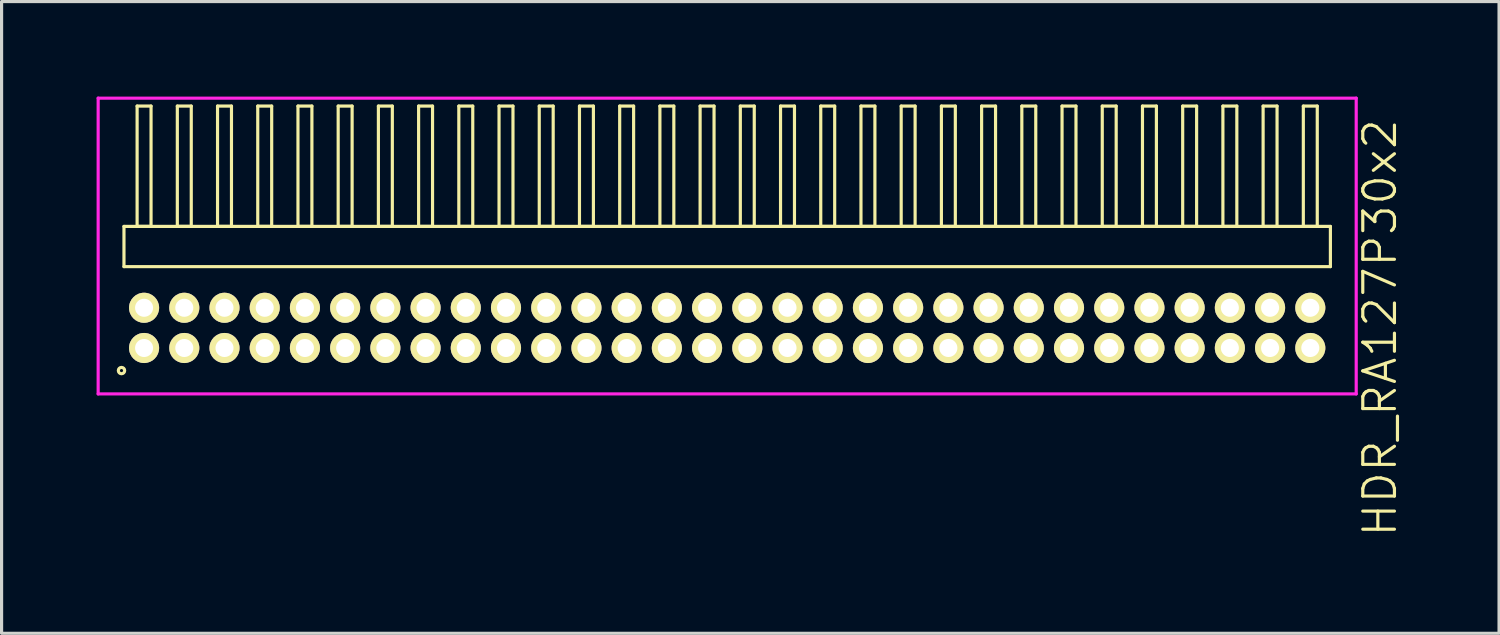
<source format=kicad_pcb>
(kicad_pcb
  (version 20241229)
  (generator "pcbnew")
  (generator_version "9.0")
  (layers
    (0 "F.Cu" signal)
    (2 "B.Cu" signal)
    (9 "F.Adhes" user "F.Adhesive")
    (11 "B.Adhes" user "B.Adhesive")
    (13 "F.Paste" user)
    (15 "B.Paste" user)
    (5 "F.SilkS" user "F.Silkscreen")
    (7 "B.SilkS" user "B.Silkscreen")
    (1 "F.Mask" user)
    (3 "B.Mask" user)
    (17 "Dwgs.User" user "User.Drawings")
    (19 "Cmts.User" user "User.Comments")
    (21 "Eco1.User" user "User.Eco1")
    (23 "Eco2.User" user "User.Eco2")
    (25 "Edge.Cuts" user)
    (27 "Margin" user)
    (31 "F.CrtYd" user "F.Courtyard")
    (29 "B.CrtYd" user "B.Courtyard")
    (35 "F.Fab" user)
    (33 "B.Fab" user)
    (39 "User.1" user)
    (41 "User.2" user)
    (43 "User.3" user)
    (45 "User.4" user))
  (footprint "HDR_RA127P30x2"
    (layer "F.Cu")
    (at 19.915 7.305)
    (property "Reference" "HDR_RA127P30x2" (at 20.615 0 90) (layer "F.SilkS") (effects (font (size 1 1) (thickness 0.1))))
    (attr through_hole)
    (fp_line (start -19.05 -3.205) (end -19.05 -1.935) (stroke (width 0.1) (type solid)) (layer "F.SilkS"))
    (fp_line (start -19.05 -1.935) (end 19.05 -1.935) (stroke (width 0.1) (type solid)) (layer "F.SilkS"))
    (fp_line (start -18.635 -7.005) (end -18.635 -3.205) (stroke (width 0.1) (type solid)) (layer "F.SilkS"))
    (fp_line (start -18.635 -3.205) (end -18.195 -3.205) (stroke (width 0.1) (type solid)) (layer "F.SilkS"))
    (fp_line (start -18.195 -7.005) (end -18.635 -7.005) (stroke (width 0.1) (type solid)) (layer "F.SilkS"))
    (fp_line (start -18.195 -3.205) (end -18.195 -7.005) (stroke (width 0.1) (type solid)) (layer "F.SilkS"))
    (fp_line (start -17.365 -7.005) (end -17.365 -3.205) (stroke (width 0.1) (type solid)) (layer "F.SilkS"))
    (fp_line (start -17.365 -3.205) (end -16.925 -3.205) (stroke (width 0.1) (type solid)) (layer "F.SilkS"))
    (fp_line (start -16.925 -7.005) (end -17.365 -7.005) (stroke (width 0.1) (type solid)) (layer "F.SilkS"))
    (fp_line (start -16.925 -3.205) (end -16.925 -7.005) (stroke (width 0.1) (type solid)) (layer "F.SilkS"))
    (fp_line (start -16.095 -7.005) (end -16.095 -3.205) (stroke (width 0.1) (type solid)) (layer "F.SilkS"))
    (fp_line (start -16.095 -3.205) (end -15.655 -3.205) (stroke (width 0.1) (type solid)) (layer "F.SilkS"))
    (fp_line (start -15.655 -7.005) (end -16.095 -7.005) (stroke (width 0.1) (type solid)) (layer "F.SilkS"))
    (fp_line (start -15.655 -3.205) (end -15.655 -7.005) (stroke (width 0.1) (type solid)) (layer "F.SilkS"))
    (fp_line (start -14.825 -7.005) (end -14.825 -3.205) (stroke (width 0.1) (type solid)) (layer "F.SilkS"))
    (fp_line (start -14.825 -3.205) (end -14.385 -3.205) (stroke (width 0.1) (type solid)) (layer "F.SilkS"))
    (fp_line (start -14.385 -7.005) (end -14.825 -7.005) (stroke (width 0.1) (type solid)) (layer "F.SilkS"))
    (fp_line (start -14.385 -3.205) (end -14.385 -7.005) (stroke (width 0.1) (type solid)) (layer "F.SilkS"))
    (fp_line (start -13.555 -7.005) (end -13.555 -3.205) (stroke (width 0.1) (type solid)) (layer "F.SilkS"))
    (fp_line (start -13.555 -3.205) (end -13.115 -3.205) (stroke (width 0.1) (type solid)) (layer "F.SilkS"))
    (fp_line (start -13.115 -7.005) (end -13.555 -7.005) (stroke (width 0.1) (type solid)) (layer "F.SilkS"))
    (fp_line (start -13.115 -3.205) (end -13.115 -7.005) (stroke (width 0.1) (type solid)) (layer "F.SilkS"))
    (fp_line (start -12.285 -7.005) (end -12.285 -3.205) (stroke (width 0.1) (type solid)) (layer "F.SilkS"))
    (fp_line (start -12.285 -3.205) (end -11.845 -3.205) (stroke (width 0.1) (type solid)) (layer "F.SilkS"))
    (fp_line (start -11.845 -7.005) (end -12.285 -7.005) (stroke (width 0.1) (type solid)) (layer "F.SilkS"))
    (fp_line (start -11.845 -3.205) (end -11.845 -7.005) (stroke (width 0.1) (type solid)) (layer "F.SilkS"))
    (fp_line (start -11.015 -7.005) (end -11.015 -3.205) (stroke (width 0.1) (type solid)) (layer "F.SilkS"))
    (fp_line (start -11.015 -3.205) (end -10.575 -3.205) (stroke (width 0.1) (type solid)) (layer "F.SilkS"))
    (fp_line (start -10.575 -7.005) (end -11.015 -7.005) (stroke (width 0.1) (type solid)) (layer "F.SilkS"))
    (fp_line (start -10.575 -3.205) (end -10.575 -7.005) (stroke (width 0.1) (type solid)) (layer "F.SilkS"))
    (fp_line (start -9.745 -7.005) (end -9.745 -3.205) (stroke (width 0.1) (type solid)) (layer "F.SilkS"))
    (fp_line (start -9.745 -3.205) (end -9.305 -3.205) (stroke (width 0.1) (type solid)) (layer "F.SilkS"))
    (fp_line (start -9.305 -7.005) (end -9.745 -7.005) (stroke (width 0.1) (type solid)) (layer "F.SilkS"))
    (fp_line (start -9.305 -3.205) (end -9.305 -7.005) (stroke (width 0.1) (type solid)) (layer "F.SilkS"))
    (fp_line (start -8.475 -7.005) (end -8.475 -3.205) (stroke (width 0.1) (type solid)) (layer "F.SilkS"))
    (fp_line (start -8.475 -3.205) (end -8.035 -3.205) (stroke (width 0.1) (type solid)) (layer "F.SilkS"))
    (fp_line (start -8.035 -7.005) (end -8.475 -7.005) (stroke (width 0.1) (type solid)) (layer "F.SilkS"))
    (fp_line (start -8.035 -3.205) (end -8.035 -7.005) (stroke (width 0.1) (type solid)) (layer "F.SilkS"))
    (fp_line (start -7.205 -7.005) (end -7.205 -3.205) (stroke (width 0.1) (type solid)) (layer "F.SilkS"))
    (fp_line (start -7.205 -3.205) (end -6.765 -3.205) (stroke (width 0.1) (type solid)) (layer "F.SilkS"))
    (fp_line (start -6.765 -7.005) (end -7.205 -7.005) (stroke (width 0.1) (type solid)) (layer "F.SilkS"))
    (fp_line (start -6.765 -3.205) (end -6.765 -7.005) (stroke (width 0.1) (type solid)) (layer "F.SilkS"))
    (fp_line (start -5.935 -7.005) (end -5.935 -3.205) (stroke (width 0.1) (type solid)) (layer "F.SilkS"))
    (fp_line (start -5.935 -3.205) (end -5.495 -3.205) (stroke (width 0.1) (type solid)) (layer "F.SilkS"))
    (fp_line (start -5.495 -7.005) (end -5.935 -7.005) (stroke (width 0.1) (type solid)) (layer "F.SilkS"))
    (fp_line (start -5.495 -3.205) (end -5.495 -7.005) (stroke (width 0.1) (type solid)) (layer "F.SilkS"))
    (fp_line (start -4.665 -7.005) (end -4.665 -3.205) (stroke (width 0.1) (type solid)) (layer "F.SilkS"))
    (fp_line (start -4.665 -3.205) (end -4.225 -3.205) (stroke (width 0.1) (type solid)) (layer "F.SilkS"))
    (fp_line (start -4.225 -7.005) (end -4.665 -7.005) (stroke (width 0.1) (type solid)) (layer "F.SilkS"))
    (fp_line (start -4.225 -3.205) (end -4.225 -7.005) (stroke (width 0.1) (type solid)) (layer "F.SilkS"))
    (fp_line (start -3.395 -7.005) (end -3.395 -3.205) (stroke (width 0.1) (type solid)) (layer "F.SilkS"))
    (fp_line (start -3.395 -3.205) (end -2.955 -3.205) (stroke (width 0.1) (type solid)) (layer "F.SilkS"))
    (fp_line (start -2.955 -7.005) (end -3.395 -7.005) (stroke (width 0.1) (type solid)) (layer "F.SilkS"))
    (fp_line (start -2.955 -3.205) (end -2.955 -7.005) (stroke (width 0.1) (type solid)) (layer "F.SilkS"))
    (fp_line (start -2.125 -7.005) (end -2.125 -3.205) (stroke (width 0.1) (type solid)) (layer "F.SilkS"))
    (fp_line (start -2.125 -3.205) (end -1.685 -3.205) (stroke (width 0.1) (type solid)) (layer "F.SilkS"))
    (fp_line (start -1.685 -7.005) (end -2.125 -7.005) (stroke (width 0.1) (type solid)) (layer "F.SilkS"))
    (fp_line (start -1.685 -3.205) (end -1.685 -7.005) (stroke (width 0.1) (type solid)) (layer "F.SilkS"))
    (fp_line (start -0.855 -7.005) (end -0.855 -3.205) (stroke (width 0.1) (type solid)) (layer "F.SilkS"))
    (fp_line (start -0.855 -3.205) (end -0.415 -3.205) (stroke (width 0.1) (type solid)) (layer "F.SilkS"))
    (fp_line (start -0.415 -7.005) (end -0.855 -7.005) (stroke (width 0.1) (type solid)) (layer "F.SilkS"))
    (fp_line (start -0.415 -3.205) (end -0.415 -7.005) (stroke (width 0.1) (type solid)) (layer "F.SilkS"))
    (fp_line (start 0.415 -7.005) (end 0.415 -3.205) (stroke (width 0.1) (type solid)) (layer "F.SilkS"))
    (fp_line (start 0.415 -3.205) (end 0.855 -3.205) (stroke (width 0.1) (type solid)) (layer "F.SilkS"))
    (fp_line (start 0.855 -7.005) (end 0.415 -7.005) (stroke (width 0.1) (type solid)) (layer "F.SilkS"))
    (fp_line (start 0.855 -3.205) (end 0.855 -7.005) (stroke (width 0.1) (type solid)) (layer "F.SilkS"))
    (fp_line (start 1.685 -7.005) (end 1.685 -3.205) (stroke (width 0.1) (type solid)) (layer "F.SilkS"))
    (fp_line (start 1.685 -3.205) (end 2.125 -3.205) (stroke (width 0.1) (type solid)) (layer "F.SilkS"))
    (fp_line (start 2.125 -7.005) (end 1.685 -7.005) (stroke (width 0.1) (type solid)) (layer "F.SilkS"))
    (fp_line (start 2.125 -3.205) (end 2.125 -7.005) (stroke (width 0.1) (type solid)) (layer "F.SilkS"))
    (fp_line (start 2.955 -7.005) (end 2.955 -3.205) (stroke (width 0.1) (type solid)) (layer "F.SilkS"))
    (fp_line (start 2.955 -3.205) (end 3.395 -3.205) (stroke (width 0.1) (type solid)) (layer "F.SilkS"))
    (fp_line (start 3.395 -7.005) (end 2.955 -7.005) (stroke (width 0.1) (type solid)) (layer "F.SilkS"))
    (fp_line (start 3.395 -3.205) (end 3.395 -7.005) (stroke (width 0.1) (type solid)) (layer "F.SilkS"))
    (fp_line (start 4.225 -7.005) (end 4.225 -3.205) (stroke (width 0.1) (type solid)) (layer "F.SilkS"))
    (fp_line (start 4.225 -3.205) (end 4.665 -3.205) (stroke (width 0.1) (type solid)) (layer "F.SilkS"))
    (fp_line (start 4.665 -7.005) (end 4.225 -7.005) (stroke (width 0.1) (type solid)) (layer "F.SilkS"))
    (fp_line (start 4.665 -3.205) (end 4.665 -7.005) (stroke (width 0.1) (type solid)) (layer "F.SilkS"))
    (fp_line (start 5.495 -7.005) (end 5.495 -3.205) (stroke (width 0.1) (type solid)) (layer "F.SilkS"))
    (fp_line (start 5.495 -3.205) (end 5.935 -3.205) (stroke (width 0.1) (type solid)) (layer "F.SilkS"))
    (fp_line (start 5.935 -7.005) (end 5.495 -7.005) (stroke (width 0.1) (type solid)) (layer "F.SilkS"))
    (fp_line (start 5.935 -3.205) (end 5.935 -7.005) (stroke (width 0.1) (type solid)) (layer "F.SilkS"))
    (fp_line (start 6.765 -7.005) (end 6.765 -3.205) (stroke (width 0.1) (type solid)) (layer "F.SilkS"))
    (fp_line (start 6.765 -3.205) (end 7.205 -3.205) (stroke (width 0.1) (type solid)) (layer "F.SilkS"))
    (fp_line (start 7.205 -7.005) (end 6.765 -7.005) (stroke (width 0.1) (type solid)) (layer "F.SilkS"))
    (fp_line (start 7.205 -3.205) (end 7.205 -7.005) (stroke (width 0.1) (type solid)) (layer "F.SilkS"))
    (fp_line (start 8.035 -7.005) (end 8.035 -3.205) (stroke (width 0.1) (type solid)) (layer "F.SilkS"))
    (fp_line (start 8.035 -3.205) (end 8.475 -3.205) (stroke (width 0.1) (type solid)) (layer "F.SilkS"))
    (fp_line (start 8.475 -7.005) (end 8.035 -7.005) (stroke (width 0.1) (type solid)) (layer "F.SilkS"))
    (fp_line (start 8.475 -3.205) (end 8.475 -7.005) (stroke (width 0.1) (type solid)) (layer "F.SilkS"))
    (fp_line (start 9.305 -7.005) (end 9.305 -3.205) (stroke (width 0.1) (type solid)) (layer "F.SilkS"))
    (fp_line (start 9.305 -3.205) (end 9.745 -3.205) (stroke (width 0.1) (type solid)) (layer "F.SilkS"))
    (fp_line (start 9.745 -7.005) (end 9.305 -7.005) (stroke (width 0.1) (type solid)) (layer "F.SilkS"))
    (fp_line (start 9.745 -3.205) (end 9.745 -7.005) (stroke (width 0.1) (type solid)) (layer "F.SilkS"))
    (fp_line (start 10.575 -7.005) (end 10.575 -3.205) (stroke (width 0.1) (type solid)) (layer "F.SilkS"))
    (fp_line (start 10.575 -3.205) (end 11.015 -3.205) (stroke (width 0.1) (type solid)) (layer "F.SilkS"))
    (fp_line (start 11.015 -7.005) (end 10.575 -7.005) (stroke (width 0.1) (type solid)) (layer "F.SilkS"))
    (fp_line (start 11.015 -3.205) (end 11.015 -7.005) (stroke (width 0.1) (type solid)) (layer "F.SilkS"))
    (fp_line (start 11.845 -7.005) (end 11.845 -3.205) (stroke (width 0.1) (type solid)) (layer "F.SilkS"))
    (fp_line (start 11.845 -3.205) (end 12.285 -3.205) (stroke (width 0.1) (type solid)) (layer "F.SilkS"))
    (fp_line (start 12.285 -7.005) (end 11.845 -7.005) (stroke (width 0.1) (type solid)) (layer "F.SilkS"))
    (fp_line (start 12.285 -3.205) (end 12.285 -7.005) (stroke (width 0.1) (type solid)) (layer "F.SilkS"))
    (fp_line (start 13.115 -7.005) (end 13.115 -3.205) (stroke (width 0.1) (type solid)) (layer "F.SilkS"))
    (fp_line (start 13.115 -3.205) (end 13.555 -3.205) (stroke (width 0.1) (type solid)) (layer "F.SilkS"))
    (fp_line (start 13.555 -7.005) (end 13.115 -7.005) (stroke (width 0.1) (type solid)) (layer "F.SilkS"))
    (fp_line (start 13.555 -3.205) (end 13.555 -7.005) (stroke (width 0.1) (type solid)) (layer "F.SilkS"))
    (fp_line (start 14.385 -7.005) (end 14.385 -3.205) (stroke (width 0.1) (type solid)) (layer "F.SilkS"))
    (fp_line (start 14.385 -3.205) (end 14.825 -3.205) (stroke (width 0.1) (type solid)) (layer "F.SilkS"))
    (fp_line (start 14.825 -7.005) (end 14.385 -7.005) (stroke (width 0.1) (type solid)) (layer "F.SilkS"))
    (fp_line (start 14.825 -3.205) (end 14.825 -7.005) (stroke (width 0.1) (type solid)) (layer "F.SilkS"))
    (fp_line (start 15.655 -7.005) (end 15.655 -3.205) (stroke (width 0.1) (type solid)) (layer "F.SilkS"))
    (fp_line (start 15.655 -3.205) (end 16.095 -3.205) (stroke (width 0.1) (type solid)) (layer "F.SilkS"))
    (fp_line (start 16.095 -7.005) (end 15.655 -7.005) (stroke (width 0.1) (type solid)) (layer "F.SilkS"))
    (fp_line (start 16.095 -3.205) (end 16.095 -7.005) (stroke (width 0.1) (type solid)) (layer "F.SilkS"))
    (fp_line (start 16.925 -7.005) (end 16.925 -3.205) (stroke (width 0.1) (type solid)) (layer "F.SilkS"))
    (fp_line (start 16.925 -3.205) (end 17.365 -3.205) (stroke (width 0.1) (type solid)) (layer "F.SilkS"))
    (fp_line (start 17.365 -7.005) (end 16.925 -7.005) (stroke (width 0.1) (type solid)) (layer "F.SilkS"))
    (fp_line (start 17.365 -3.205) (end 17.365 -7.005) (stroke (width 0.1) (type solid)) (layer "F.SilkS"))
    (fp_line (start 18.195 -7.005) (end 18.195 -3.205) (stroke (width 0.1) (type solid)) (layer "F.SilkS"))
    (fp_line (start 18.195 -3.205) (end 18.635 -3.205) (stroke (width 0.1) (type solid)) (layer "F.SilkS"))
    (fp_line (start 18.635 -7.005) (end 18.195 -7.005) (stroke (width 0.1) (type solid)) (layer "F.SilkS"))
    (fp_line (start 18.635 -3.205) (end 18.635 -7.005) (stroke (width 0.1) (type solid)) (layer "F.SilkS"))
    (fp_line (start 19.05 -3.205) (end -19.05 -3.205) (stroke (width 0.1) (type solid)) (layer "F.SilkS"))
    (fp_line (start 19.05 -1.935) (end 19.05 -3.205) (stroke (width 0.1) (type solid)) (layer "F.SilkS"))
    (fp_circle (center -19.128 1.348) (end -19.028 1.348) (stroke (width 0.1) (type solid)) (fill no) (layer "F.SilkS"))
    (fp_line (start -19.865 -7.255) (end -19.865 2.085) (stroke (width 0.1) (type solid)) (layer "F.CrtYd"))
    (fp_line (start -19.865 2.085) (end 19.865 2.085) (stroke (width 0.1) (type solid)) (layer "F.CrtYd"))
    (fp_line (start 19.865 -7.255) (end -19.865 -7.255) (stroke (width 0.1) (type solid)) (layer "F.CrtYd"))
    (fp_line (start 19.865 2.085) (end 19.865 -7.255) (stroke (width 0.1) (type solid)) (layer "F.CrtYd"))
    (pad "1" thru_hole oval (at -18.415 0.635) (size 0.95 0.95) (drill 0.57) (layers "*.Cu" "*.Mask" "F.SilkS"))
    (pad "2" thru_hole oval (at -18.415 -0.635) (size 0.95 0.95) (drill 0.57) (layers "*.Cu" "*.Mask" "F.SilkS"))
    (pad "3" thru_hole oval (at -17.145 0.635) (size 0.95 0.95) (drill 0.57) (layers "*.Cu" "*.Mask" "F.SilkS"))
    (pad "4" thru_hole oval (at -17.145 -0.635) (size 0.95 0.95) (drill 0.57) (layers "*.Cu" "*.Mask" "F.SilkS"))
    (pad "5" thru_hole oval (at -15.875 0.635) (size 0.95 0.95) (drill 0.57) (layers "*.Cu" "*.Mask" "F.SilkS"))
    (pad "6" thru_hole oval (at -15.875 -0.635) (size 0.95 0.95) (drill 0.57) (layers "*.Cu" "*.Mask" "F.SilkS"))
    (pad "7" thru_hole oval (at -14.605 0.635) (size 0.95 0.95) (drill 0.57) (layers "*.Cu" "*.Mask" "F.SilkS"))
    (pad "8" thru_hole oval (at -14.605 -0.635) (size 0.95 0.95) (drill 0.57) (layers "*.Cu" "*.Mask" "F.SilkS"))
    (pad "9" thru_hole oval (at -13.335 0.635) (size 0.95 0.95) (drill 0.57) (layers "*.Cu" "*.Mask" "F.SilkS"))
    (pad "10" thru_hole oval (at -13.335 -0.635) (size 0.95 0.95) (drill 0.57) (layers "*.Cu" "*.Mask" "F.SilkS"))
    (pad "11" thru_hole oval (at -12.065 0.635) (size 0.95 0.95) (drill 0.57) (layers "*.Cu" "*.Mask" "F.SilkS"))
    (pad "12" thru_hole oval (at -12.065 -0.635) (size 0.95 0.95) (drill 0.57) (layers "*.Cu" "*.Mask" "F.SilkS"))
    (pad "13" thru_hole oval (at -10.795 0.635) (size 0.95 0.95) (drill 0.57) (layers "*.Cu" "*.Mask" "F.SilkS"))
    (pad "14" thru_hole oval (at -10.795 -0.635) (size 0.95 0.95) (drill 0.57) (layers "*.Cu" "*.Mask" "F.SilkS"))
    (pad "15" thru_hole oval (at -9.525 0.635) (size 0.95 0.95) (drill 0.57) (layers "*.Cu" "*.Mask" "F.SilkS"))
    (pad "16" thru_hole oval (at -9.525 -0.635) (size 0.95 0.95) (drill 0.57) (layers "*.Cu" "*.Mask" "F.SilkS"))
    (pad "17" thru_hole oval (at -8.255 0.635) (size 0.95 0.95) (drill 0.57) (layers "*.Cu" "*.Mask" "F.SilkS"))
    (pad "18" thru_hole oval (at -8.255 -0.635) (size 0.95 0.95) (drill 0.57) (layers "*.Cu" "*.Mask" "F.SilkS"))
    (pad "19" thru_hole oval (at -6.985 0.635) (size 0.95 0.95) (drill 0.57) (layers "*.Cu" "*.Mask" "F.SilkS"))
    (pad "20" thru_hole oval (at -6.985 -0.635) (size 0.95 0.95) (drill 0.57) (layers "*.Cu" "*.Mask" "F.SilkS"))
    (pad "21" thru_hole oval (at -5.715 0.635) (size 0.95 0.95) (drill 0.57) (layers "*.Cu" "*.Mask" "F.SilkS"))
    (pad "22" thru_hole oval (at -5.715 -0.635) (size 0.95 0.95) (drill 0.57) (layers "*.Cu" "*.Mask" "F.SilkS"))
    (pad "23" thru_hole oval (at -4.445 0.635) (size 0.95 0.95) (drill 0.57) (layers "*.Cu" "*.Mask" "F.SilkS"))
    (pad "24" thru_hole oval (at -4.445 -0.635) (size 0.95 0.95) (drill 0.57) (layers "*.Cu" "*.Mask" "F.SilkS"))
    (pad "25" thru_hole oval (at -3.175 0.635) (size 0.95 0.95) (drill 0.57) (layers "*.Cu" "*.Mask" "F.SilkS"))
    (pad "26" thru_hole oval (at -3.175 -0.635) (size 0.95 0.95) (drill 0.57) (layers "*.Cu" "*.Mask" "F.SilkS"))
    (pad "27" thru_hole oval (at -1.905 0.635) (size 0.95 0.95) (drill 0.57) (layers "*.Cu" "*.Mask" "F.SilkS"))
    (pad "28" thru_hole oval (at -1.905 -0.635) (size 0.95 0.95) (drill 0.57) (layers "*.Cu" "*.Mask" "F.SilkS"))
    (pad "29" thru_hole oval (at -0.635 0.635) (size 0.95 0.95) (drill 0.57) (layers "*.Cu" "*.Mask" "F.SilkS"))
    (pad "30" thru_hole oval (at -0.635 -0.635) (size 0.95 0.95) (drill 0.57) (layers "*.Cu" "*.Mask" "F.SilkS"))
    (pad "31" thru_hole oval (at 0.635 0.635) (size 0.95 0.95) (drill 0.57) (layers "*.Cu" "*.Mask" "F.SilkS"))
    (pad "32" thru_hole oval (at 0.635 -0.635) (size 0.95 0.95) (drill 0.57) (layers "*.Cu" "*.Mask" "F.SilkS"))
    (pad "33" thru_hole oval (at 1.905 0.635) (size 0.95 0.95) (drill 0.57) (layers "*.Cu" "*.Mask" "F.SilkS"))
    (pad "34" thru_hole oval (at 1.905 -0.635) (size 0.95 0.95) (drill 0.57) (layers "*.Cu" "*.Mask" "F.SilkS"))
    (pad "35" thru_hole oval (at 3.175 0.635) (size 0.95 0.95) (drill 0.57) (layers "*.Cu" "*.Mask" "F.SilkS"))
    (pad "36" thru_hole oval (at 3.175 -0.635) (size 0.95 0.95) (drill 0.57) (layers "*.Cu" "*.Mask" "F.SilkS"))
    (pad "37" thru_hole oval (at 4.445 0.635) (size 0.95 0.95) (drill 0.57) (layers "*.Cu" "*.Mask" "F.SilkS"))
    (pad "38" thru_hole oval (at 4.445 -0.635) (size 0.95 0.95) (drill 0.57) (layers "*.Cu" "*.Mask" "F.SilkS"))
    (pad "39" thru_hole oval (at 5.715 0.635) (size 0.95 0.95) (drill 0.57) (layers "*.Cu" "*.Mask" "F.SilkS"))
    (pad "40" thru_hole oval (at 5.715 -0.635) (size 0.95 0.95) (drill 0.57) (layers "*.Cu" "*.Mask" "F.SilkS"))
    (pad "41" thru_hole oval (at 6.985 0.635) (size 0.95 0.95) (drill 0.57) (layers "*.Cu" "*.Mask" "F.SilkS"))
    (pad "42" thru_hole oval (at 6.985 -0.635) (size 0.95 0.95) (drill 0.57) (layers "*.Cu" "*.Mask" "F.SilkS"))
    (pad "43" thru_hole oval (at 8.255 0.635) (size 0.95 0.95) (drill 0.57) (layers "*.Cu" "*.Mask" "F.SilkS"))
    (pad "44" thru_hole oval (at 8.255 -0.635) (size 0.95 0.95) (drill 0.57) (layers "*.Cu" "*.Mask" "F.SilkS"))
    (pad "45" thru_hole oval (at 9.525 0.635) (size 0.95 0.95) (drill 0.57) (layers "*.Cu" "*.Mask" "F.SilkS"))
    (pad "46" thru_hole oval (at 9.525 -0.635) (size 0.95 0.95) (drill 0.57) (layers "*.Cu" "*.Mask" "F.SilkS"))
    (pad "47" thru_hole oval (at 10.795 0.635) (size 0.95 0.95) (drill 0.57) (layers "*.Cu" "*.Mask" "F.SilkS"))
    (pad "48" thru_hole oval (at 10.795 -0.635) (size 0.95 0.95) (drill 0.57) (layers "*.Cu" "*.Mask" "F.SilkS"))
    (pad "49" thru_hole oval (at 12.065 0.635) (size 0.95 0.95) (drill 0.57) (layers "*.Cu" "*.Mask" "F.SilkS"))
    (pad "50" thru_hole oval (at 12.065 -0.635) (size 0.95 0.95) (drill 0.57) (layers "*.Cu" "*.Mask" "F.SilkS"))
    (pad "51" thru_hole oval (at 13.335 0.635) (size 0.95 0.95) (drill 0.57) (layers "*.Cu" "*.Mask" "F.SilkS"))
    (pad "52" thru_hole oval (at 13.335 -0.635) (size 0.95 0.95) (drill 0.57) (layers "*.Cu" "*.Mask" "F.SilkS"))
    (pad "53" thru_hole oval (at 14.605 0.635) (size 0.95 0.95) (drill 0.57) (layers "*.Cu" "*.Mask" "F.SilkS"))
    (pad "54" thru_hole oval (at 14.605 -0.635) (size 0.95 0.95) (drill 0.57) (layers "*.Cu" "*.Mask" "F.SilkS"))
    (pad "55" thru_hole oval (at 15.875 0.635) (size 0.95 0.95) (drill 0.57) (layers "*.Cu" "*.Mask" "F.SilkS"))
    (pad "56" thru_hole oval (at 15.875 -0.635) (size 0.95 0.95) (drill 0.57) (layers "*.Cu" "*.Mask" "F.SilkS"))
    (pad "57" thru_hole oval (at 17.145 0.635) (size 0.95 0.95) (drill 0.57) (layers "*.Cu" "*.Mask" "F.SilkS"))
    (pad "58" thru_hole oval (at 17.145 -0.635) (size 0.95 0.95) (drill 0.57) (layers "*.Cu" "*.Mask" "F.SilkS"))
    (pad "59" thru_hole oval (at 18.415 0.635) (size 0.95 0.95) (drill 0.57) (layers "*.Cu" "*.Mask" "F.SilkS"))
    (pad "60" thru_hole oval (at 18.415 -0.635) (size 0.95 0.95) (drill 0.57) (layers "*.Cu" "*.Mask" "F.SilkS")))
  (gr_rect
    (start -3 -3)
    (end 44.291 16.95)
    (stroke (width 0.1) (type default))
    (fill no)
    (layer "Edge.Cuts")))
</source>
